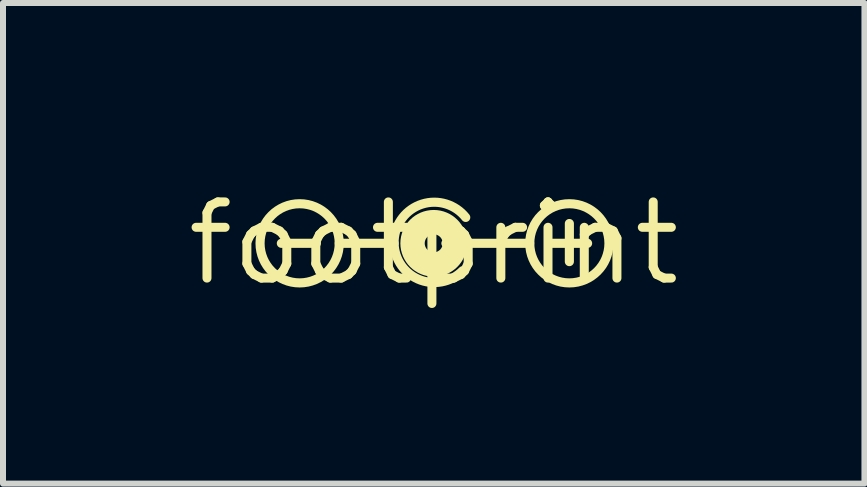
<source format=kicad_pcb>
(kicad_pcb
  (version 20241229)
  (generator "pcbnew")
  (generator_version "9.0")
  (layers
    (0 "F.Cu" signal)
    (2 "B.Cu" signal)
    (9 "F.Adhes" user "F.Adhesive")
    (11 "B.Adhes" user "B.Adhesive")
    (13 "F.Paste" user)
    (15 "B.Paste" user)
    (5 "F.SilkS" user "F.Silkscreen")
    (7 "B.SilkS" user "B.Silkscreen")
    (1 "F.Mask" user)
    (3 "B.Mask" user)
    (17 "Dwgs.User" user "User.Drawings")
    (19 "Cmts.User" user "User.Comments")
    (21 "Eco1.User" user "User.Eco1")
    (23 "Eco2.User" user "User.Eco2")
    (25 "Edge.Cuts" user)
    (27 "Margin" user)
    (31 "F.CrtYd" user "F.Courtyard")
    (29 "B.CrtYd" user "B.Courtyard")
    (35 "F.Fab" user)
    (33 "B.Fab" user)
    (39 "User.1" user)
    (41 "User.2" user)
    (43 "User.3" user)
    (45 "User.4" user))
  (footprint "footprint"
    (layer "F.Cu")
    (at 4.18 1.006)
    (property "Reference" "footprint" (at 0 0 0) (layer "F.SilkS") (effects (font (size 1.27 1.27) (thickness 0.15))))
    (fp_line (start -2.54 0) (end -1.956 0) (stroke (width 0.152) (type solid)) (layer "F.SilkS"))
    (fp_line (start -1.575 0) (end -0.66 0) (stroke (width 0.152) (type solid)) (layer "F.SilkS"))
    (fp_line (start 0.203 0) (end 1.6 0) (stroke (width 0.152) (type solid)) (layer "F.SilkS"))
    (fp_line (start 1.93 0) (end 2.565 0) (stroke (width 0.152) (type solid)) (layer "F.SilkS"))
    (fp_line (start 2.261 -0.33) (end 2.261 0.305) (stroke (width 0.152) (type solid)) (layer "F.SilkS"))
    (fp_arc (start 0.4826 0.457201) (mid -0.659547 -0.054017) (end 0.5334 -0.4318) (stroke (width 0.1524) (type solid)) (layer "F.SilkS"))
    (fp_circle (center -2.235 0) (end -1.575 0) (stroke (width 0.152) (type solid)) (fill no) (layer "F.SilkS"))
    (fp_circle (center 0 0) (end 0.15 0) (stroke (width 0.406) (type solid)) (fill no) (layer "F.SilkS"))
    (fp_circle (center 2.261 0) (end 2.921 0) (stroke (width 0.152) (type solid)) (fill no) (layer "F.SilkS")))
  (gr_rect
    (start -3 -3)
    (end 11.36 5.012)
    (stroke (width 0.1) (type default))
    (fill no)
    (layer "Edge.Cuts")))
</source>
